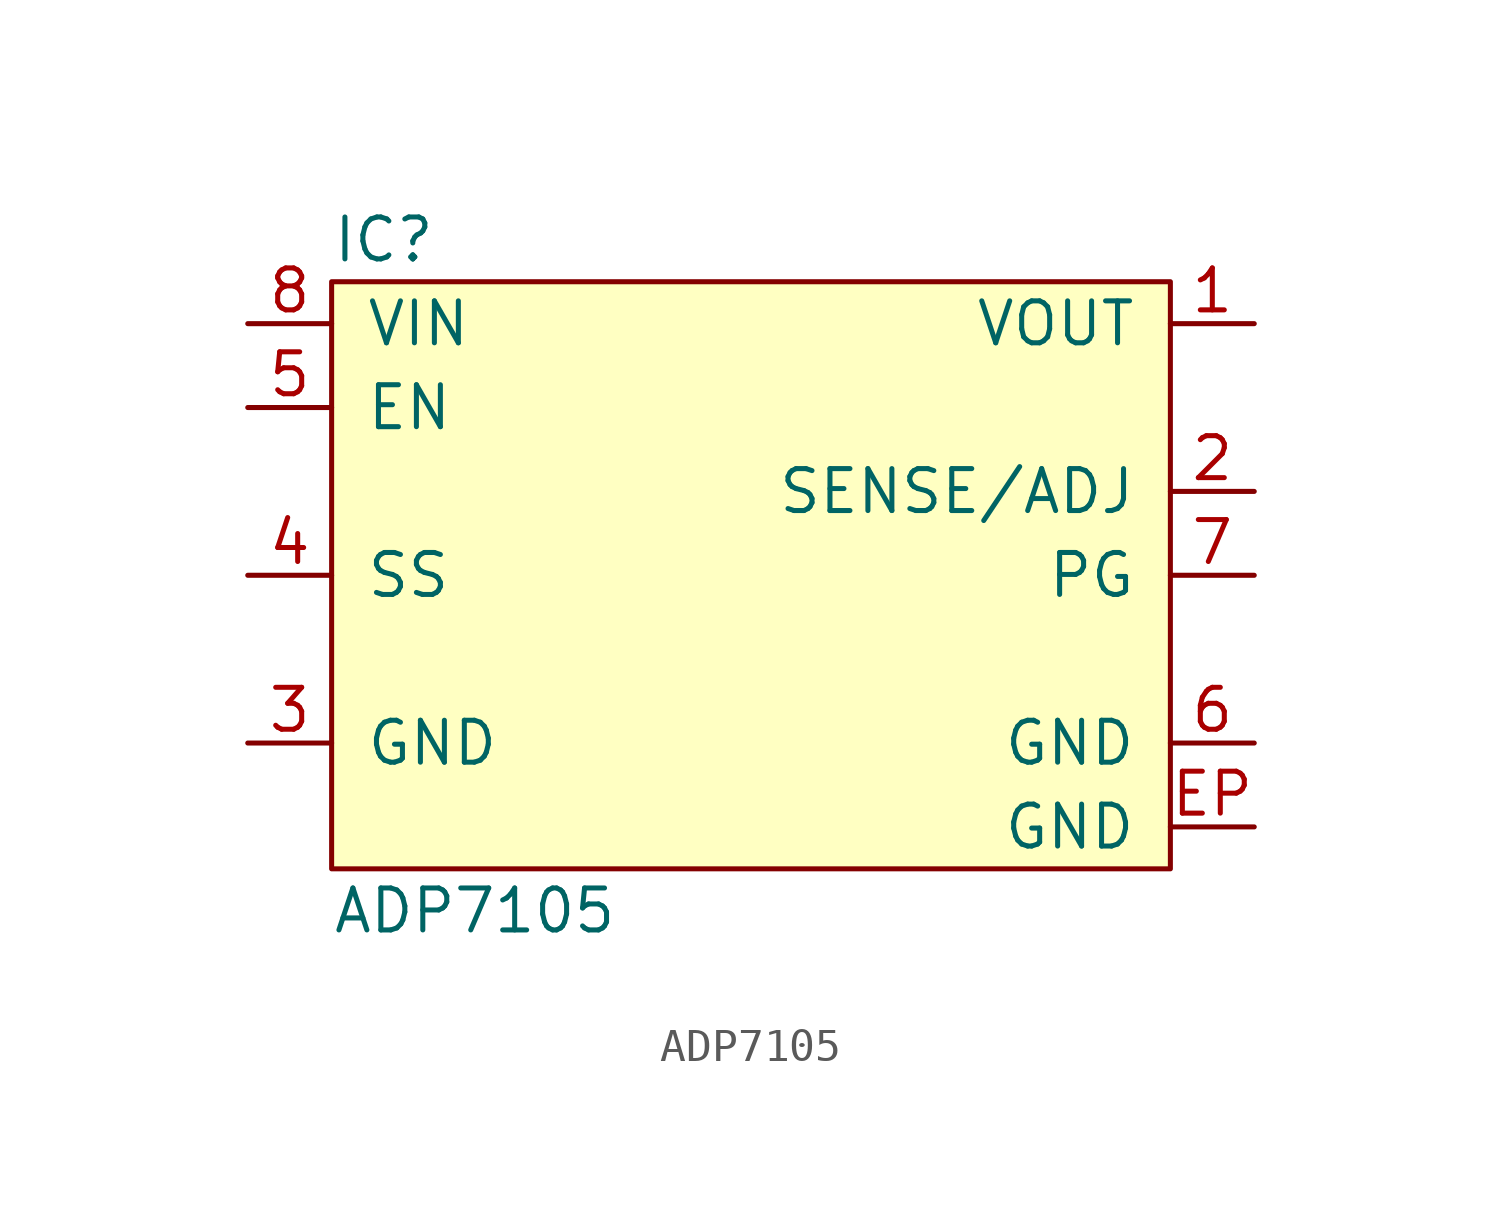
<source format=kicad_sym>
(kicad_symbol_lib
  (version 20211014)
  (generator agg_kicad.build_lib_ic)
  (symbol "ADP7105"
    (pin_names
      (offset 1.016))
    (property Reference IC
      (at -12.7 10.16 0)
      (effects (font (size 1.27 1.27)) (justify left)))
    (property Value "ADP7105"
      (at -12.7 -10.16 0)
      (effects (font (size 1.27 1.27)) (justify left)))
    (symbol "ADP7105_0_0"
      (rectangle (start -12.7 8.89) (end 12.7 -8.89) (stroke (width 0) (type default) (color 0 0 0 0)) (fill (type background)))
      (pin power_in line (at -15.24 7.62 0) (length 2.54) (name VIN (effects (font (size 1.27 1.27)))) (number "8" (effects (font (size 1.27 1.27)))))
      (pin input line (at -15.24 5.08 0) (length 2.54) (name EN (effects (font (size 1.27 1.27)))) (number "5" (effects (font (size 1.27 1.27)))))
      (pin input line (at -15.24 0 0) (length 2.54) (name SS (effects (font (size 1.27 1.27)))) (number "4" (effects (font (size 1.27 1.27)))))
      (pin power_in line (at -15.24 -5.08 0) (length 2.54) (name GND (effects (font (size 1.27 1.27)))) (number "3" (effects (font (size 1.27 1.27)))))
      (pin power_out line (at 15.24 7.62 180) (length 2.54) (name VOUT (effects (font (size 1.27 1.27)))) (number "1" (effects (font (size 1.27 1.27)))))
      (pin input line (at 15.24 2.54 180) (length 2.54) (name "SENSE/ADJ" (effects (font (size 1.27 1.27)))) (number "2" (effects (font (size 1.27 1.27)))))
      (pin input line (at 15.24 0 180) (length 2.54) (name PG (effects (font (size 1.27 1.27)))) (number "7" (effects (font (size 1.27 1.27)))))
      (pin power_in line (at 15.24 -5.08 180) (length 2.54) (name GND (effects (font (size 1.27 1.27)))) (number "6" (effects (font (size 1.27 1.27)))))
      (pin power_in line (at 15.24 -7.62 180) (length 2.54) (name GND (effects (font (size 1.27 1.27)))) (number EP (effects (font (size 1.27 1.27))))))))
</source>
